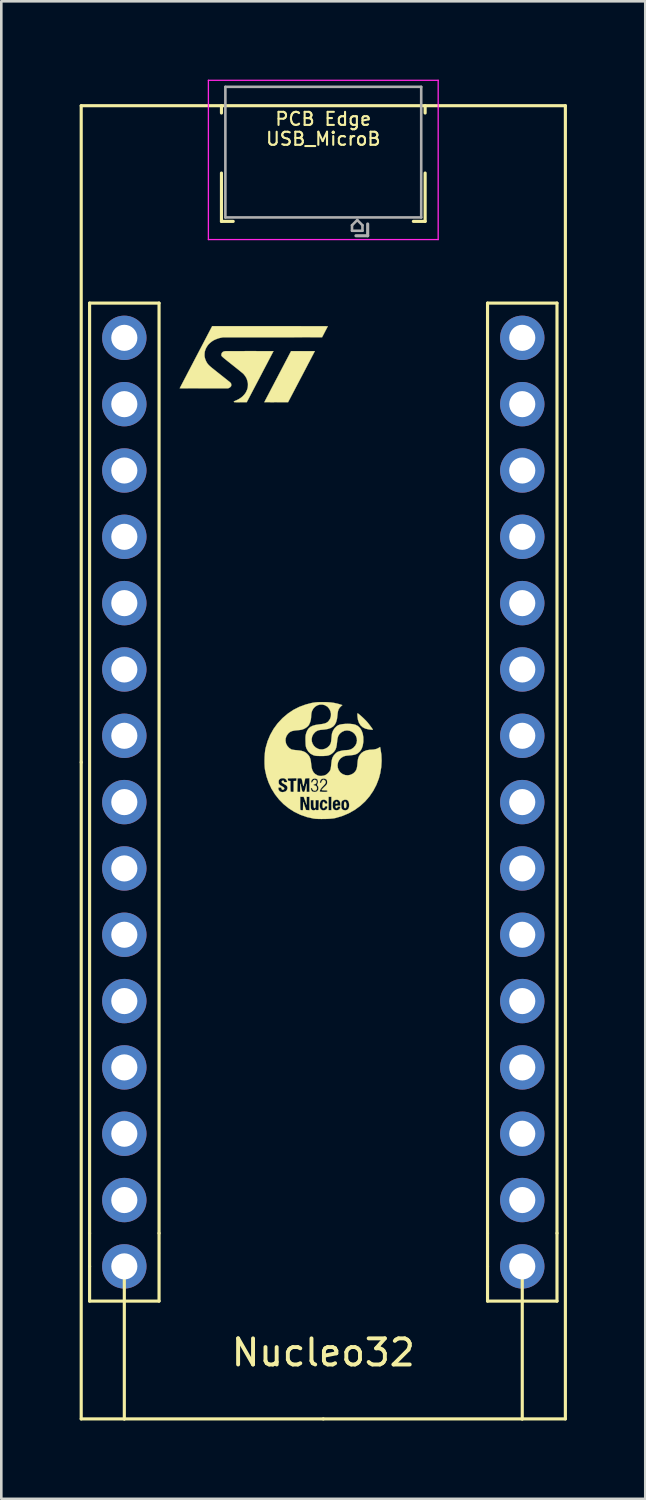
<source format=kicad_pcb>
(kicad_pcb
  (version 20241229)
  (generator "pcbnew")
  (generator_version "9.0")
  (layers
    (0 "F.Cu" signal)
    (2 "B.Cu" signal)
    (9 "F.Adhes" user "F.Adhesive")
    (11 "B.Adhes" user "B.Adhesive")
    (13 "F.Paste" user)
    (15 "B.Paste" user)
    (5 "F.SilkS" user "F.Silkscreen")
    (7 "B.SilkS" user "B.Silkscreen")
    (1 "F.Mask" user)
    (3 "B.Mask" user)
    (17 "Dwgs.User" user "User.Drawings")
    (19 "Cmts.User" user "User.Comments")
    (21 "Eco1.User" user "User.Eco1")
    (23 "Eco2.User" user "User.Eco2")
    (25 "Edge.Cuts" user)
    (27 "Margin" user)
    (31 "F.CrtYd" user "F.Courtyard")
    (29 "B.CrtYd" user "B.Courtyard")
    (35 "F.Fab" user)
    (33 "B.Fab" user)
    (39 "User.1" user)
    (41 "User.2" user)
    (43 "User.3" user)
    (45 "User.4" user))
  (footprint "Nucleo32"
    (layer "F.Cu")
    (at 9.331 26.144)
    (property "Reference" "Nucleo32" (at 0 22.606 0) (layer "F.SilkS") (effects (font (size 1 1) (thickness 0.15))))
    (attr through_hole)
    (fp_line (start -9.271 0) (end -9.271 -25.146) (stroke (width 0.12) (type solid)) (layer "F.SilkS"))
    (fp_line (start -9.271 25.146) (end -9.271 0) (stroke (width 0.12) (type solid)) (layer "F.SilkS"))
    (fp_line (start -9.271 25.146) (end -7.62 25.146) (stroke (width 0.12) (type solid)) (layer "F.SilkS"))
    (fp_line (start -8.95 18.034) (end -8.95 -17.586) (stroke (width 0.12) (type solid)) (layer "F.SilkS"))
    (fp_line (start -8.95 19.304) (end -8.95 18.034) (stroke (width 0.12) (type solid)) (layer "F.SilkS"))
    (fp_line (start -8.95 20.634) (end -8.95 19.304) (stroke (width 0.12) (type solid)) (layer "F.SilkS"))
    (fp_line (start -7.62 20.634) (end -8.95 20.634) (stroke (width 0.12) (type solid)) (layer "F.SilkS"))
    (fp_line (start -7.62 25.146) (end -7.62 19.304) (stroke (width 0.12) (type solid)) (layer "F.SilkS"))
    (fp_line (start -7.62 25.146) (end 0 25.146) (stroke (width 0.12) (type solid)) (layer "F.SilkS"))
    (fp_line (start -6.29 -17.586) (end -8.95 -17.586) (stroke (width 0.12) (type solid)) (layer "F.SilkS"))
    (fp_line (start -6.29 18.034) (end -6.29 -17.586) (stroke (width 0.12) (type solid)) (layer "F.SilkS"))
    (fp_line (start -6.29 20.634) (end -7.62 20.634) (stroke (width 0.12) (type solid)) (layer "F.SilkS"))
    (fp_line (start -6.29 20.634) (end -6.29 18.034) (stroke (width 0.12) (type solid)) (layer "F.SilkS"))
    (fp_line (start -3.9 -25.146) (end -3.9 -24.866) (stroke (width 0.12) (type solid)) (layer "F.SilkS"))
    (fp_line (start -3.9 -22.567) (end -3.9 -20.716) (stroke (width 0.12) (type solid)) (layer "F.SilkS"))
    (fp_line (start -3.9 -20.716) (end -3.45 -20.716) (stroke (width 0.12) (type solid)) (layer "F.SilkS"))
    (fp_line (start 0 25.146) (end 7.62 25.146) (stroke (width 0.12) (type solid)) (layer "F.SilkS"))
    (fp_line (start 3.9 -25.146) (end 3.9 -24.866) (stroke (width 0.12) (type solid)) (layer "F.SilkS"))
    (fp_line (start 3.9 -22.567) (end 3.9 -20.716) (stroke (width 0.12) (type solid)) (layer "F.SilkS"))
    (fp_line (start 3.9 -20.716) (end 3.45 -20.716) (stroke (width 0.12) (type solid)) (layer "F.SilkS"))
    (fp_line (start 6.29 18.034) (end 6.29 -17.586) (stroke (width 0.12) (type solid)) (layer "F.SilkS"))
    (fp_line (start 6.29 19.304) (end 6.29 18.034) (stroke (width 0.12) (type solid)) (layer "F.SilkS"))
    (fp_line (start 6.29 20.634) (end 6.29 19.304) (stroke (width 0.12) (type solid)) (layer "F.SilkS"))
    (fp_line (start 7.62 20.634) (end 6.29 20.634) (stroke (width 0.12) (type solid)) (layer "F.SilkS"))
    (fp_line (start 7.62 25.146) (end 7.62 19.304) (stroke (width 0.12) (type solid)) (layer "F.SilkS"))
    (fp_line (start 7.62 25.146) (end 9.271 25.146) (stroke (width 0.12) (type solid)) (layer "F.SilkS"))
    (fp_line (start 8.95 -17.586) (end 6.29 -17.586) (stroke (width 0.12) (type solid)) (layer "F.SilkS"))
    (fp_line (start 8.95 18.034) (end 8.95 -17.586) (stroke (width 0.12) (type solid)) (layer "F.SilkS"))
    (fp_line (start 8.95 20.634) (end 7.62 20.634) (stroke (width 0.12) (type solid)) (layer "F.SilkS"))
    (fp_line (start 8.95 20.634) (end 8.95 18.034) (stroke (width 0.12) (type solid)) (layer "F.SilkS"))
    (fp_line (start 9.271 -25.146) (end -9.271 -25.146) (stroke (width 0.12) (type solid)) (layer "F.SilkS"))
    (fp_line (start 9.271 25.146) (end 9.271 -25.146) (stroke (width 0.12) (type solid)) (layer "F.SilkS"))
    (fp_poly (pts (xy 0.519 1.513) (xy 0.54 1.534) (xy 0.544 1.554) (xy 0.535 1.579) (xy 0.505 1.586) (xy 0.476 1.579) (xy 0.467 1.566) (xy 0.477 1.531) (xy 0.5 1.512) (xy 0.519 1.513)) (stroke (width 0.01) (type solid)) (fill yes) (layer "F.SilkS"))
    (fp_poly (pts (xy 0.857 1.522) (xy 0.874 1.559) (xy 0.884 1.61) (xy 0.885 1.669) (xy 0.876 1.722) (xy 0.858 1.749) (xy 0.83 1.756) (xy 0.807 1.741) (xy 0.802 1.732) (xy 0.797 1.702) (xy 0.793 1.656) (xy 0.793 1.632) (xy 0.796 1.565) (xy 0.807 1.525) (xy 0.826 1.509) (xy 0.834 1.508) (xy 0.857 1.522)) (stroke (width 0.01) (type solid)) (fill yes) (layer "F.SilkS"))
    (fp_poly (pts (xy 1.331 -1.868) (xy 1.363 -1.846) (xy 1.41 -1.806) (xy 1.468 -1.755) (xy 1.531 -1.696) (xy 1.592 -1.637) (xy 1.647 -1.581) (xy 1.678 -1.547) (xy 1.719 -1.498) (xy 1.764 -1.441) (xy 1.808 -1.383) (xy 1.848 -1.33) (xy 1.878 -1.286) (xy 1.894 -1.258) (xy 1.896 -1.252) (xy 1.893 -1.247) (xy 1.878 -1.246) (xy 1.848 -1.248) (xy 1.795 -1.254) (xy 1.743 -1.26) (xy 1.617 -1.289) (xy 1.512 -1.341) (xy 1.429 -1.415) (xy 1.367 -1.512) (xy 1.327 -1.63) (xy 1.31 -1.75) (xy 1.306 -1.814) (xy 1.305 -1.853) (xy 1.309 -1.871) (xy 1.317 -1.874) (xy 1.331 -1.868)) (stroke (width 0.01) (type solid)) (fill yes) (layer "F.SilkS"))
    (fp_poly (pts (xy -0.594 -15.748) (xy -0.54 -15.748) (xy -0.49 -15.748) (xy -0.445 -15.747) (xy -0.407 -15.747) (xy -0.375 -15.747) (xy -0.35 -15.747) (xy -0.334 -15.746) (xy -0.326 -15.746) (xy -0.325 -15.746) (xy -0.327 -15.742) (xy -0.332 -15.731) (xy -0.341 -15.714) (xy -0.354 -15.69) (xy -0.369 -15.661) (xy -0.387 -15.625) (xy -0.409 -15.585) (xy -0.433 -15.539) (xy -0.459 -15.488) (xy -0.488 -15.433) (xy -0.519 -15.373) (xy -0.552 -15.31) (xy -0.588 -15.243) (xy -0.624 -15.172) (xy -0.663 -15.099) (xy -0.703 -15.022) (xy -0.744 -14.943) (xy -0.787 -14.862) (xy -0.83 -14.779) (xy -0.837 -14.767) (xy -1.349 -13.791) (xy -1.804 -13.79) (xy -1.868 -13.79) (xy -1.931 -13.789) (xy -1.989 -13.789) (xy -2.044 -13.79) (xy -2.094 -13.79) (xy -2.138 -13.79) (xy -2.177 -13.79) (xy -2.209 -13.79) (xy -2.233 -13.791) (xy -2.25 -13.791) (xy -2.258 -13.791) (xy -2.258 -13.792) (xy -2.256 -13.795) (xy -2.251 -13.806) (xy -2.242 -13.823) (xy -2.23 -13.847) (xy -2.214 -13.877) (xy -2.196 -13.912) (xy -2.175 -13.953) (xy -2.151 -13.998) (xy -2.124 -14.049) (xy -2.095 -14.104) (xy -2.064 -14.164) (xy -2.031 -14.227) (xy -1.996 -14.295) (xy -1.959 -14.365) (xy -1.92 -14.439) (xy -1.88 -14.515) (xy -1.839 -14.594) (xy -1.796 -14.675) (xy -1.753 -14.758) (xy -1.746 -14.771) (xy -1.234 -15.747) (xy -0.78 -15.748) (xy -0.715 -15.748) (xy -0.653 -15.748) (xy -0.594 -15.748)) (stroke (width 0.01) (type solid)) (fill yes) (layer "F.SilkS"))
    (fp_poly (pts (xy -2.728 -15.749) (xy -2.638 -15.749) (xy -2.551 -15.748) (xy -2.468 -15.748) (xy -2.388 -15.748) (xy -2.314 -15.748) (xy -2.243 -15.748) (xy -2.179 -15.748) (xy -2.12 -15.748) (xy -2.067 -15.748) (xy -2.021 -15.748) (xy -1.982 -15.748) (xy -1.951 -15.748) (xy -1.927 -15.748) (xy -1.913 -15.748) (xy -1.907 -15.748) (xy -1.907 -15.748) (xy -1.909 -15.744) (xy -1.914 -15.733) (xy -1.923 -15.716) (xy -1.935 -15.693) (xy -1.951 -15.663) (xy -1.969 -15.628) (xy -1.99 -15.588) (xy -2.014 -15.542) (xy -2.041 -15.491) (xy -2.07 -15.436) (xy -2.101 -15.377) (xy -2.134 -15.313) (xy -2.169 -15.246) (xy -2.206 -15.176) (xy -2.245 -15.102) (xy -2.285 -15.026) (xy -2.326 -14.947) (xy -2.368 -14.866) (xy -2.412 -14.783) (xy -2.419 -14.769) (xy -2.932 -13.791) (xy -3.164 -13.79) (xy -3.217 -13.789) (xy -3.261 -13.789) (xy -3.298 -13.789) (xy -3.327 -13.789) (xy -3.351 -13.79) (xy -3.369 -13.79) (xy -3.383 -13.791) (xy -3.392 -13.791) (xy -3.4 -13.792) (xy -3.405 -13.794) (xy -3.409 -13.795) (xy -3.412 -13.796) (xy -3.422 -13.803) (xy -3.426 -13.809) (xy -3.425 -13.816) (xy -3.416 -13.823) (xy -3.401 -13.832) (xy -3.377 -13.843) (xy -3.346 -13.856) (xy -3.345 -13.856) (xy -3.289 -13.882) (xy -3.232 -13.912) (xy -3.178 -13.946) (xy -3.128 -13.983) (xy -3.085 -14.02) (xy -3.075 -14.03) (xy -3.049 -14.058) (xy -3.022 -14.088) (xy -2.998 -14.119) (xy -2.978 -14.147) (xy -2.967 -14.165) (xy -2.951 -14.195) (xy -2.935 -14.23) (xy -2.92 -14.266) (xy -2.908 -14.301) (xy -2.9 -14.328) (xy -2.894 -14.354) (xy -2.89 -14.386) (xy -2.887 -14.421) (xy -2.886 -14.456) (xy -2.886 -14.489) (xy -2.888 -14.519) (xy -2.89 -14.533) (xy -2.895 -14.556) (xy -2.901 -14.583) (xy -2.909 -14.612) (xy -2.918 -14.642) (xy -2.927 -14.669) (xy -2.935 -14.691) (xy -2.939 -14.7) (xy -2.957 -14.735) (xy -2.98 -14.773) (xy -3.006 -14.81) (xy -3.033 -14.846) (xy -3.06 -14.877) (xy -3.068 -14.885) (xy -3.075 -14.891) (xy -3.088 -14.902) (xy -3.107 -14.918) (xy -3.132 -14.938) (xy -3.162 -14.962) (xy -3.196 -14.99) (xy -3.234 -15.021) (xy -3.275 -15.054) (xy -3.32 -15.09) (xy -3.368 -15.128) (xy -3.417 -15.167) (xy -3.468 -15.208) (xy -3.483 -15.22) (xy -3.545 -15.269) (xy -3.601 -15.314) (xy -3.651 -15.353) (xy -3.695 -15.389) (xy -3.734 -15.42) (xy -3.767 -15.447) (xy -3.796 -15.47) (xy -3.821 -15.491) (xy -3.841 -15.509) (xy -3.858 -15.524) (xy -3.872 -15.537) (xy -3.882 -15.548) (xy -3.89 -15.557) (xy -3.896 -15.566) (xy -3.9 -15.573) (xy -3.903 -15.58) (xy -3.904 -15.587) (xy -3.904 -15.593) (xy -3.904 -15.6) (xy -3.904 -15.608) (xy -3.904 -15.61) (xy -3.899 -15.644) (xy -3.887 -15.674) (xy -3.867 -15.7) (xy -3.841 -15.72) (xy -3.807 -15.735) (xy -3.767 -15.744) (xy -3.764 -15.744) (xy -3.755 -15.745) (xy -3.736 -15.746) (xy -3.708 -15.746) (xy -3.671 -15.746) (xy -3.624 -15.747) (xy -3.568 -15.747) (xy -3.502 -15.748) (xy -3.427 -15.748) (xy -3.342 -15.748) (xy -3.248 -15.748) (xy -3.144 -15.748) (xy -3.031 -15.748) (xy -2.909 -15.749) (xy -2.82 -15.749) (xy -2.728 -15.749)) (stroke (width 0.01) (type solid)) (fill yes) (layer "F.SilkS"))
    (fp_poly (pts (xy -1.872 -16.703) (xy -1.708 -16.703) (xy -1.55 -16.703) (xy -1.398 -16.703) (xy -1.252 -16.703) (xy -1.111 -16.703) (xy -0.977 -16.703) (xy -0.849 -16.703) (xy -0.728 -16.702) (xy -0.613 -16.702) (xy -0.506 -16.702) (xy -0.406 -16.702) (xy -0.313 -16.702) (xy -0.227 -16.702) (xy -0.149 -16.701) (xy -0.08 -16.701) (xy -0.018 -16.701) (xy 0.036 -16.701) (xy 0.08 -16.701) (xy 0.117 -16.7) (xy 0.144 -16.7) (xy 0.163 -16.7) (xy 0.172 -16.7) (xy 0.173 -16.699) (xy 0.171 -16.695) (xy 0.165 -16.685) (xy 0.157 -16.668) (xy 0.145 -16.646) (xy 0.132 -16.62) (xy 0.116 -16.589) (xy 0.098 -16.556) (xy 0.079 -16.519) (xy 0.062 -16.486) (xy -0.047 -16.277) (xy -1.945 -16.276) (xy -3.843 -16.275) (xy -3.902 -16.264) (xy -3.939 -16.256) (xy -3.972 -16.249) (xy -4.002 -16.241) (xy -4.033 -16.231) (xy -4.066 -16.219) (xy -4.104 -16.204) (xy -4.109 -16.202) (xy -4.152 -16.184) (xy -4.189 -16.166) (xy -4.222 -16.147) (xy -4.255 -16.126) (xy -4.288 -16.101) (xy -4.323 -16.073) (xy -4.35 -16.049) (xy -4.373 -16.028) (xy -4.391 -16.009) (xy -4.409 -15.988) (xy -4.426 -15.965) (xy -4.443 -15.94) (xy -4.471 -15.896) (xy -4.494 -15.852) (xy -4.514 -15.805) (xy -4.531 -15.753) (xy -4.535 -15.741) (xy -4.539 -15.72) (xy -4.543 -15.693) (xy -4.545 -15.662) (xy -4.547 -15.63) (xy -4.548 -15.597) (xy -4.547 -15.567) (xy -4.545 -15.541) (xy -4.544 -15.531) (xy -4.532 -15.477) (xy -4.514 -15.422) (xy -4.491 -15.368) (xy -4.464 -15.316) (xy -4.433 -15.269) (xy -4.415 -15.246) (xy -4.404 -15.233) (xy -4.391 -15.219) (xy -4.378 -15.206) (xy -4.363 -15.191) (xy -4.346 -15.176) (xy -4.327 -15.158) (xy -4.304 -15.139) (xy -4.277 -15.116) (xy -4.245 -15.09) (xy -4.208 -15.061) (xy -4.166 -15.027) (xy -4.117 -14.988) (xy -4.109 -14.981) (xy -4.037 -14.924) (xy -3.971 -14.872) (xy -3.912 -14.825) (xy -3.858 -14.783) (xy -3.811 -14.745) (xy -3.768 -14.711) (xy -3.73 -14.681) (xy -3.697 -14.655) (xy -3.669 -14.632) (xy -3.644 -14.612) (xy -3.623 -14.595) (xy -3.605 -14.581) (xy -3.59 -14.569) (xy -3.578 -14.559) (xy -3.569 -14.55) (xy -3.561 -14.543) (xy -3.556 -14.538) (xy -3.551 -14.534) (xy -3.548 -14.53) (xy -3.546 -14.527) (xy -3.544 -14.524) (xy -3.542 -14.521) (xy -3.54 -14.518) (xy -3.54 -14.517) (xy -3.532 -14.504) (xy -3.528 -14.493) (xy -3.525 -14.482) (xy -3.525 -14.467) (xy -3.524 -14.454) (xy -3.525 -14.436) (xy -3.526 -14.423) (xy -3.529 -14.413) (xy -3.533 -14.403) (xy -3.539 -14.396) (xy -3.56 -14.371) (xy -3.59 -14.349) (xy -3.621 -14.333) (xy -3.648 -14.323) (xy -4.573 -14.322) (xy -4.686 -14.322) (xy -4.789 -14.321) (xy -4.884 -14.321) (xy -4.97 -14.321) (xy -5.048 -14.321) (xy -5.119 -14.321) (xy -5.182 -14.321) (xy -5.238 -14.322) (xy -5.287 -14.322) (xy -5.33 -14.322) (xy -5.368 -14.322) (xy -5.4 -14.322) (xy -5.426 -14.323) (xy -5.448 -14.323) (xy -5.465 -14.323) (xy -5.478 -14.324) (xy -5.488 -14.324) (xy -5.494 -14.325) (xy -5.497 -14.325) (xy -5.497 -14.326) (xy -5.495 -14.33) (xy -5.49 -14.341) (xy -5.481 -14.358) (xy -5.468 -14.382) (xy -5.453 -14.412) (xy -5.434 -14.448) (xy -5.412 -14.49) (xy -5.388 -14.536) (xy -5.361 -14.588) (xy -5.331 -14.645) (xy -5.3 -14.706) (xy -5.265 -14.771) (xy -5.229 -14.841) (xy -5.191 -14.914) (xy -5.151 -14.991) (xy -5.109 -15.07) (xy -5.066 -15.153) (xy -5.021 -15.238) (xy -4.976 -15.326) (xy -4.929 -15.416) (xy -4.881 -15.508) (xy -4.876 -15.517) (xy -4.256 -16.703) (xy -2.041 -16.703) (xy -1.872 -16.703)) (stroke (width 0.01) (type solid)) (fill yes) (layer "F.SilkS"))
    (fp_poly (pts (xy 0.143 -2.303) (xy 0.288 -2.293) (xy 0.419 -2.274) (xy 0.545 -2.246) (xy 0.626 -2.223) (xy 0.73 -2.191) (xy 0.675 -2.142) (xy 0.625 -2.09) (xy 0.589 -2.033) (xy 0.564 -1.962) (xy 0.549 -1.872) (xy 0.542 -1.803) (xy 0.524 -1.658) (xy 0.491 -1.539) (xy 0.442 -1.443) (xy 0.374 -1.369) (xy 0.285 -1.315) (xy 0.172 -1.277) (xy 0.034 -1.255) (xy -0.021 -1.25) (xy -0.112 -1.241) (xy -0.181 -1.228) (xy -0.235 -1.207) (xy -0.284 -1.177) (xy -0.317 -1.15) (xy -0.386 -1.071) (xy -0.428 -0.983) (xy -0.445 -0.89) (xy -0.439 -0.797) (xy -0.409 -0.709) (xy -0.358 -0.63) (xy -0.287 -0.564) (xy -0.197 -0.516) (xy -0.134 -0.498) (xy -0.038 -0.493) (xy 0.058 -0.515) (xy 0.147 -0.56) (xy 0.221 -0.626) (xy 0.257 -0.676) (xy 0.278 -0.717) (xy 0.292 -0.761) (xy 0.302 -0.817) (xy 0.31 -0.895) (xy 0.311 -0.906) (xy 0.318 -0.979) (xy 0.325 -1.044) (xy 0.332 -1.094) (xy 0.335 -1.112) (xy 0.374 -1.214) (xy 0.435 -1.307) (xy 0.513 -1.383) (xy 0.572 -1.421) (xy 0.637 -1.444) (xy 0.724 -1.461) (xy 0.826 -1.471) (xy 0.935 -1.475) (xy 1.042 -1.471) (xy 1.139 -1.461) (xy 1.219 -1.442) (xy 1.23 -1.439) (xy 1.328 -1.388) (xy 1.408 -1.312) (xy 1.469 -1.215) (xy 1.511 -1.096) (xy 1.533 -0.958) (xy 1.534 -0.803) (xy 1.533 -0.782) (xy 1.511 -0.638) (xy 1.469 -0.518) (xy 1.407 -0.422) (xy 1.324 -0.349) (xy 1.313 -0.342) (xy 1.266 -0.316) (xy 1.217 -0.297) (xy 1.157 -0.283) (xy 1.081 -0.273) (xy 0.993 -0.264) (xy 0.906 -0.256) (xy 0.841 -0.245) (xy 0.788 -0.229) (xy 0.748 -0.211) (xy 0.664 -0.152) (xy 0.602 -0.076) (xy 0.562 0.012) (xy 0.547 0.107) (xy 0.555 0.204) (xy 0.589 0.297) (xy 0.649 0.381) (xy 0.658 0.39) (xy 0.741 0.452) (xy 0.835 0.488) (xy 0.935 0.498) (xy 1.034 0.481) (xy 1.127 0.438) (xy 1.167 0.408) (xy 1.219 0.356) (xy 1.256 0.3) (xy 1.282 0.232) (xy 1.299 0.145) (xy 1.307 0.063) (xy 1.316 -0.036) (xy 1.327 -0.111) (xy 1.342 -0.17) (xy 1.363 -0.222) (xy 1.392 -0.273) (xy 1.398 -0.284) (xy 1.465 -0.36) (xy 1.554 -0.42) (xy 1.66 -0.461) (xy 1.78 -0.481) (xy 1.821 -0.482) (xy 1.933 -0.49) (xy 2.032 -0.511) (xy 2.111 -0.546) (xy 2.12 -0.552) (xy 2.174 -0.588) (xy 2.191 -0.509) (xy 2.225 -0.288) (xy 2.234 -0.056) (xy 2.22 0.18) (xy 2.182 0.413) (xy 2.129 0.615) (xy 2.034 0.862) (xy 1.913 1.092) (xy 1.768 1.305) (xy 1.601 1.498) (xy 1.412 1.671) (xy 1.204 1.822) (xy 0.978 1.95) (xy 0.735 2.053) (xy 0.477 2.13) (xy 0.443 2.138) (xy 0.371 2.15) (xy 0.276 2.159) (xy 0.164 2.166) (xy 0.044 2.169) (xy -0.077 2.17) (xy -0.191 2.168) (xy -0.292 2.163) (xy -0.371 2.154) (xy -0.373 2.153) (xy -0.63 2.096) (xy -0.874 2.01) (xy -1.104 1.9) (xy -1.318 1.764) (xy -1.514 1.607) (xy -1.691 1.428) (xy -1.775 1.321) (xy -0.886 1.321) (xy -0.886 1.567) (xy -0.885 1.652) (xy -0.884 1.725) (xy -0.881 1.782) (xy -0.878 1.816) (xy -0.876 1.824) (xy -0.854 1.832) (xy -0.822 1.834) (xy -0.778 1.834) (xy -0.769 1.516) (xy -0.715 1.671) (xy -0.661 1.826) (xy -0.529 1.836) (xy -0.529 1.446) (xy -0.482 1.446) (xy -0.482 1.602) (xy -0.48 1.672) (xy -0.476 1.733) (xy -0.47 1.776) (xy -0.465 1.79) (xy -0.431 1.825) (xy -0.382 1.839) (xy -0.33 1.832) (xy -0.299 1.815) (xy -0.282 1.809) (xy -0.28 1.818) (xy -0.266 1.83) (xy -0.229 1.831) (xy -0.179 1.826) (xy -0.175 1.68) (xy -0.138 1.68) (xy -0.123 1.75) (xy -0.118 1.764) (xy -0.084 1.809) (xy -0.033 1.835) (xy 0.026 1.84) (xy 0.085 1.823) (xy 0.12 1.798) (xy 0.148 1.757) (xy 0.155 1.723) (xy 0.151 1.691) (xy 0.132 1.68) (xy 0.109 1.679) (xy 0.073 1.685) (xy 0.056 1.709) (xy 0.053 1.718) (xy 0.035 1.747) (xy 0.009 1.756) (xy -0.016 1.743) (xy -0.022 1.732) (xy -0.029 1.692) (xy -0.031 1.637) (xy -0.026 1.583) (xy -0.017 1.542) (xy -0.015 1.538) (xy 0.007 1.511) (xy 0.029 1.516) (xy 0.047 1.547) (xy 0.067 1.576) (xy 0.103 1.585) (xy 0.108 1.586) (xy 0.142 1.581) (xy 0.154 1.564) (xy 0.155 1.546) (xy 0.141 1.498) (xy 0.105 1.458) (xy 0.053 1.434) (xy 0.023 1.43) (xy -0.024 1.435) (xy -0.063 1.446) (xy -0.065 1.447) (xy -0.1 1.482) (xy -0.124 1.538) (xy -0.138 1.607) (xy -0.138 1.68) (xy -0.175 1.68) (xy -0.17 1.446) (xy -0.295 1.446) (xy -0.295 1.594) (xy -0.296 1.665) (xy -0.3 1.711) (xy -0.306 1.738) (xy -0.317 1.75) (xy -0.32 1.752) (xy -0.343 1.753) (xy -0.358 1.735) (xy -0.368 1.694) (xy -0.372 1.627) (xy -0.373 1.582) (xy -0.373 1.446) (xy -0.482 1.446) (xy -0.529 1.446) (xy -0.529 1.321) (xy 0.202 1.321) (xy 0.202 1.834) (xy 0.311 1.834) (xy 0.311 1.619) (xy 0.361 1.619) (xy 0.362 1.702) (xy 0.374 1.761) (xy 0.399 1.8) (xy 0.439 1.824) (xy 0.451 1.828) (xy 0.512 1.837) (xy 0.571 1.826) (xy 0.616 1.799) (xy 0.634 1.77) (xy 0.646 1.737) (xy 0.65 1.709) (xy 0.64 1.697) (xy 0.606 1.694) (xy 0.602 1.694) (xy 0.562 1.699) (xy 0.543 1.717) (xy 0.539 1.727) (xy 0.523 1.752) (xy 0.499 1.753) (xy 0.478 1.734) (xy 0.469 1.706) (xy 0.468 1.682) (xy 0.475 1.67) (xy 0.498 1.664) (xy 0.544 1.663) (xy 0.559 1.663) (xy 0.653 1.663) (xy 0.653 1.619) (xy 0.688 1.619) (xy 0.688 1.702) (xy 0.7 1.76) (xy 0.725 1.799) (xy 0.765 1.825) (xy 0.778 1.829) (xy 0.849 1.84) (xy 0.911 1.822) (xy 0.945 1.796) (xy 0.975 1.75) (xy 0.99 1.686) (xy 0.992 1.615) (xy 0.981 1.545) (xy 0.958 1.487) (xy 0.928 1.453) (xy 0.873 1.432) (xy 0.81 1.433) (xy 0.752 1.455) (xy 0.736 1.467) (xy 0.713 1.49) (xy 0.699 1.515) (xy 0.692 1.553) (xy 0.688 1.611) (xy 0.688 1.619) (xy 0.653 1.619) (xy 0.653 1.6) (xy 0.647 1.547) (xy 0.633 1.499) (xy 0.63 1.493) (xy 0.593 1.453) (xy 0.541 1.432) (xy 0.482 1.433) (xy 0.425 1.455) (xy 0.409 1.467) (xy 0.386 1.49) (xy 0.373 1.515) (xy 0.366 1.553) (xy 0.362 1.611) (xy 0.361 1.619) (xy 0.311 1.619) (xy 0.311 1.321) (xy 0.202 1.321) (xy -0.529 1.321) (xy -0.637 1.321) (xy -0.638 1.473) (xy -0.639 1.624) (xy -0.694 1.473) (xy -0.75 1.321) (xy -0.886 1.321) (xy -1.775 1.321) (xy -1.847 1.23) (xy -1.981 1.014) (xy -1.99 0.996) (xy -1.725 0.996) (xy -1.712 1.053) (xy -1.678 1.102) (xy -1.631 1.132) (xy -1.628 1.133) (xy -1.555 1.143) (xy -1.482 1.13) (xy -1.43 1.105) (xy -1.4 1.071) (xy -1.378 1.025) (xy -1.376 1.019) (xy -1.371 0.963) (xy -1.388 0.916) (xy -1.43 0.873) (xy -1.5 0.831) (xy -1.5 0.831) (xy -1.552 0.802) (xy -1.581 0.779) (xy -1.592 0.756) (xy -1.593 0.745) (xy -1.586 0.716) (xy -1.559 0.704) (xy -1.551 0.702) (xy -1.519 0.703) (xy -1.508 0.72) (xy -1.508 0.73) (xy -1.503 0.75) (xy -1.483 0.76) (xy -1.444 0.762) (xy -1.404 0.76) (xy -1.387 0.752) (xy -1.387 0.732) (xy -1.39 0.719) (xy -1.417 0.664) (xy -1.465 0.626) (xy -1.504 0.614) (xy -1.36 0.614) (xy -1.36 0.661) (xy -1.356 0.693) (xy -1.338 0.708) (xy -1.31 0.712) (xy -1.259 0.717) (xy -1.259 0.916) (xy -1.258 0.991) (xy -1.256 1.055) (xy -1.253 1.101) (xy -1.249 1.124) (xy -1.249 1.124) (xy -1.227 1.132) (xy -1.19 1.135) (xy -1.187 1.135) (xy -1.135 1.135) (xy -0.996 1.135) (xy -0.886 1.135) (xy -0.885 0.968) (xy -0.884 0.902) (xy -0.882 0.851) (xy -0.88 0.821) (xy -0.878 0.816) (xy -0.873 0.837) (xy -0.862 0.881) (xy -0.848 0.941) (xy -0.839 0.983) (xy -0.823 1.052) (xy -0.811 1.096) (xy -0.799 1.121) (xy -0.786 1.132) (xy -0.768 1.135) (xy -0.761 1.135) (xy -0.742 1.133) (xy -0.727 1.126) (xy -0.715 1.106) (xy -0.703 1.07) (xy -0.688 1.011) (xy -0.679 0.975) (xy -0.641 0.816) (xy -0.639 0.975) (xy -0.637 1.135) (xy -0.529 1.135) (xy -0.529 1.02) (xy -0.475 1.02) (xy -0.463 1.058) (xy -0.442 1.096) (xy -0.424 1.115) (xy -0.393 1.128) (xy -0.346 1.134) (xy -0.331 1.135) (xy -0.275 1.129) (xy -0.235 1.106) (xy -0.234 1.105) (xy -0.135 1.105) (xy -0.132 1.12) (xy -0.113 1.127) (xy -0.071 1.132) (xy -0.013 1.134) (xy 0.016 1.135) (xy 0.083 1.134) (xy 0.124 1.132) (xy 0.146 1.126) (xy 0.154 1.116) (xy 0.155 1.104) (xy 0.153 1.087) (xy 0.139 1.078) (xy 0.109 1.074) (xy 0.055 1.073) (xy 0.047 1.073) (xy -0.017 1.07) (xy -0.054 1.063) (xy -0.062 1.055) (xy -0.051 1.037) (xy -0.023 1.005) (xy 0.019 0.962) (xy 0.043 0.94) (xy 0.092 0.893) (xy 0.123 0.86) (xy 0.139 0.833) (xy 0.146 0.805) (xy 0.148 0.769) (xy 0.148 0.761) (xy 0.145 0.709) (xy 0.134 0.676) (xy 0.111 0.652) (xy 0.062 0.628) (xy 0.002 0.623) (xy -0.053 0.635) (xy -0.076 0.649) (xy -0.1 0.678) (xy -0.119 0.717) (xy -0.131 0.755) (xy -0.13 0.781) (xy -0.128 0.784) (xy -0.103 0.793) (xy -0.081 0.775) (xy -0.07 0.75) (xy -0.047 0.697) (xy -0.013 0.67) (xy 0.029 0.671) (xy 0.065 0.694) (xy 0.092 0.733) (xy 0.093 0.778) (xy 0.065 0.831) (xy 0.01 0.893) (xy 0.000303 0.903) (xy -0.054 0.959) (xy -0.097 1.015) (xy -0.125 1.066) (xy -0.135 1.105) (xy -0.234 1.105) (xy -0.225 1.097) (xy -0.196 1.051) (xy -0.185 0.994) (xy -0.191 0.939) (xy -0.215 0.896) (xy -0.217 0.894) (xy -0.238 0.871) (xy -0.235 0.849) (xy -0.225 0.834) (xy -0.206 0.785) (xy -0.203 0.728) (xy -0.217 0.676) (xy -0.233 0.653) (xy -0.279 0.627) (xy -0.336 0.621) (xy -0.393 0.636) (xy -0.428 0.66) (xy -0.453 0.695) (xy -0.466 0.731) (xy -0.465 0.761) (xy -0.449 0.775) (xy -0.44 0.774) (xy -0.416 0.757) (xy -0.404 0.732) (xy -0.382 0.689) (xy -0.341 0.671) (xy -0.307 0.674) (xy -0.273 0.695) (xy -0.257 0.731) (xy -0.259 0.772) (xy -0.276 0.81) (xy -0.308 0.834) (xy -0.335 0.839) (xy -0.366 0.848) (xy -0.373 0.863) (xy -0.36 0.882) (xy -0.338 0.886) (xy -0.288 0.9) (xy -0.254 0.936) (xy -0.241 0.985) (xy -0.244 1.012) (xy -0.264 1.061) (xy -0.295 1.084) (xy -0.324 1.088) (xy -0.373 1.08) (xy -0.403 1.054) (xy -0.418 1.022) (xy -0.438 0.987) (xy -0.459 0.981) (xy -0.473 0.994) (xy -0.475 1.02) (xy -0.529 1.02) (xy -0.529 0.605) (xy -0.61 0.609) (xy -0.692 0.614) (xy -0.724 0.769) (xy -0.738 0.832) (xy -0.75 0.879) (xy -0.76 0.906) (xy -0.764 0.909) (xy -0.771 0.887) (xy -0.781 0.844) (xy -0.792 0.788) (xy -0.793 0.785) (xy -0.807 0.708) (xy -0.82 0.657) (xy -0.834 0.627) (xy -0.853 0.612) (xy -0.881 0.608) (xy -0.913 0.609) (xy -0.987 0.614) (xy -0.996 1.135) (xy -1.135 1.135) (xy -1.135 0.715) (xy -1.08 0.715) (xy -1.044 0.713) (xy -1.029 0.699) (xy -1.026 0.665) (xy -1.026 0.66) (xy -1.026 0.605) (xy -1.36 0.614) (xy -1.504 0.614) (xy -1.527 0.607) (xy -1.594 0.61) (xy -1.647 0.629) (xy -1.683 0.654) (xy -1.703 0.688) (xy -1.71 0.741) (xy -1.71 0.76) (xy -1.704 0.812) (xy -1.682 0.852) (xy -1.64 0.886) (xy -1.584 0.916) (xy -1.526 0.951) (xy -1.496 0.986) (xy -1.497 1.019) (xy -1.514 1.04) (xy -1.549 1.053) (xy -1.581 1.042) (xy -1.6 1.013) (xy -1.601 1.002) (xy -1.605 0.977) (xy -1.621 0.966) (xy -1.659 0.964) (xy -1.663 0.964) (xy -1.704 0.966) (xy -1.722 0.977) (xy -1.725 0.996) (xy -1.99 0.996) (xy -2.091 0.783) (xy -2.176 0.536) (xy -2.233 0.28) (xy -2.244 0.179) (xy -2.25 0.058) (xy -2.251 -0.076) (xy -2.247 -0.213) (xy -2.238 -0.344) (xy -2.225 -0.461) (xy -2.21 -0.545) (xy -2.134 -0.806) (xy -2.132 -0.812) (xy -1.446 -0.812) (xy -1.425 -0.716) (xy -1.378 -0.628) (xy -1.307 -0.55) (xy -1.228 -0.497) (xy -1.196 -0.487) (xy -1.142 -0.477) (xy -1.075 -0.469) (xy -1.031 -0.465) (xy -0.913 -0.453) (xy -0.82 -0.436) (xy -0.745 -0.412) (xy -0.681 -0.378) (xy -0.626 -0.335) (xy -0.567 -0.274) (xy -0.524 -0.207) (xy -0.494 -0.127) (xy -0.475 -0.029) (xy -0.465 0.065) (xy -0.449 0.196) (xy -0.419 0.3) (xy -0.374 0.383) (xy -0.312 0.447) (xy -0.231 0.495) (xy -0.194 0.51) (xy -0.134 0.522) (xy -0.059 0.521) (xy 0.018 0.509) (xy 0.084 0.487) (xy 0.088 0.485) (xy 0.153 0.441) (xy 0.212 0.382) (xy 0.258 0.318) (xy 0.278 0.269) (xy 0.286 0.228) (xy 0.295 0.166) (xy 0.303 0.093) (xy 0.308 0.046) (xy 0.322 -0.067) (xy 0.343 -0.153) (xy 0.357 -0.189) (xy 0.4 -0.26) (xy 0.457 -0.327) (xy 0.52 -0.381) (xy 0.549 -0.399) (xy 0.603 -0.42) (xy 0.676 -0.439) (xy 0.758 -0.454) (xy 0.838 -0.464) (xy 0.884 -0.466) (xy 0.986 -0.475) (xy 1.071 -0.504) (xy 1.149 -0.556) (xy 1.166 -0.57) (xy 1.233 -0.65) (xy 1.274 -0.738) (xy 1.29 -0.831) (xy 1.281 -0.925) (xy 1.249 -1.013) (xy 1.196 -1.092) (xy 1.121 -1.157) (xy 1.027 -1.202) (xy 1.012 -1.207) (xy 0.908 -1.222) (xy 0.807 -1.207) (xy 0.712 -1.162) (xy 0.649 -1.112) (xy 0.602 -1.058) (xy 0.568 -0.995) (xy 0.546 -0.917) (xy 0.531 -0.816) (xy 0.528 -0.778) (xy 0.514 -0.656) (xy 0.493 -0.558) (xy 0.462 -0.48) (xy 0.418 -0.415) (xy 0.372 -0.367) (xy 0.315 -0.321) (xy 0.259 -0.287) (xy 0.196 -0.264) (xy 0.12 -0.25) (xy 0.026 -0.243) (xy -0.085 -0.242) (xy -0.177 -0.243) (xy -0.245 -0.245) (xy -0.297 -0.251) (xy -0.339 -0.26) (xy -0.379 -0.273) (xy -0.392 -0.278) (xy -0.493 -0.334) (xy -0.575 -0.414) (xy -0.635 -0.513) (xy -0.652 -0.553) (xy -0.664 -0.592) (xy -0.672 -0.638) (xy -0.677 -0.698) (xy -0.68 -0.779) (xy -0.681 -0.804) (xy -0.683 -0.894) (xy -0.682 -0.961) (xy -0.678 -1.015) (xy -0.669 -1.063) (xy -0.656 -1.114) (xy -0.654 -1.119) (xy -0.616 -1.216) (xy -0.564 -1.294) (xy -0.496 -1.354) (xy -0.408 -1.399) (xy -0.297 -1.431) (xy -0.16 -1.452) (xy -0.152 -1.453) (xy -0.036 -1.468) (xy 0.055 -1.488) (xy 0.125 -1.516) (xy 0.18 -1.555) (xy 0.224 -1.608) (xy 0.263 -1.674) (xy 0.291 -1.764) (xy 0.294 -1.861) (xy 0.273 -1.958) (xy 0.229 -2.048) (xy 0.165 -2.123) (xy 0.144 -2.14) (xy 0.055 -2.19) (xy -0.04 -2.212) (xy -0.136 -2.209) (xy -0.227 -2.182) (xy -0.309 -2.133) (xy -0.377 -2.064) (xy -0.427 -1.976) (xy -0.451 -1.898) (xy -0.46 -1.83) (xy -0.466 -1.758) (xy -0.466 -1.732) (xy -0.476 -1.638) (xy -0.502 -1.539) (xy -0.541 -1.45) (xy -0.574 -1.4) (xy -0.628 -1.349) (xy -0.7 -1.301) (xy -0.721 -1.29) (xy -0.773 -1.267) (xy -0.822 -1.251) (xy -0.879 -1.24) (xy -0.953 -1.232) (xy -0.989 -1.229) (xy -1.098 -1.217) (xy -1.183 -1.2) (xy -1.25 -1.175) (xy -1.304 -1.14) (xy -1.35 -1.095) (xy -1.41 -1.006) (xy -1.442 -0.91) (xy -1.446 -0.812) (xy -2.132 -0.812) (xy -2.033 -1.05) (xy -1.906 -1.277) (xy -1.752 -1.488) (xy -1.572 -1.682) (xy -1.552 -1.701) (xy -1.353 -1.869) (xy -1.142 -2.01) (xy -0.917 -2.124) (xy -0.675 -2.213) (xy -0.451 -2.271) (xy -0.376 -2.285) (xy -0.305 -2.295) (xy -0.228 -2.302) (xy -0.137 -2.305) (xy -0.023 -2.306) (xy 0.143 -2.303)) (stroke (width 0.01) (type solid)) (fill yes) (layer "F.SilkS"))
    (fp_line (start -4.4 -20.019) (end -4.4 -26.119) (stroke (width 0.05) (type solid)) (layer "F.CrtYd"))
    (fp_line (start 4.4 -26.119) (end -4.4 -26.119) (stroke (width 0.05) (type solid)) (layer "F.CrtYd"))
    (fp_line (start 4.4 -26.119) (end 4.4 -20.019) (stroke (width 0.05) (type solid)) (layer "F.CrtYd"))
    (fp_line (start 4.4 -20.019) (end -4.4 -20.019) (stroke (width 0.05) (type solid)) (layer "F.CrtYd"))
    (fp_line (start -3.75 -25.866) (end -3.75 -20.866) (stroke (width 0.1) (type solid)) (layer "F.Fab"))
    (fp_line (start 1.1 -20.567) (end 1.3 -20.767) (stroke (width 0.1) (type solid)) (layer "F.Fab"))
    (fp_line (start 1.1 -20.357) (end 1.1 -20.567) (stroke (width 0.1) (type solid)) (layer "F.Fab"))
    (fp_line (start 1.3 -20.767) (end 1.5 -20.567) (stroke (width 0.1) (type solid)) (layer "F.Fab"))
    (fp_line (start 1.5 -20.357) (end 1.1 -20.357) (stroke (width 0.1) (type solid)) (layer "F.Fab"))
    (fp_line (start 1.5 -20.357) (end 1.5 -20.567) (stroke (width 0.1) (type solid)) (layer "F.Fab"))
    (fp_line (start 1.7 -20.166) (end 1.25 -20.166) (stroke (width 0.12) (type solid)) (layer "F.Fab"))
    (fp_line (start 1.7 -20.166) (end 1.7 -20.616) (stroke (width 0.12) (type solid)) (layer "F.Fab"))
    (fp_line (start 3.75 -25.868) (end -3.75 -25.868) (stroke (width 0.1) (type solid)) (layer "F.Fab"))
    (fp_line (start 3.75 -25.866) (end 3.75 -20.866) (stroke (width 0.1) (type solid)) (layer "F.Fab"))
    (fp_line (start 3.75 -20.866) (end -3.75 -20.866) (stroke (width 0.1) (type solid)) (layer "F.Fab"))
    (fp_text user "USB_MicroB" (at 0 -23.876 0) (layer "F.SilkS") (effects (font (size 0.5 0.5) (thickness 0.08))))
    (fp_text user "PCB Edge" (at 0 -24.638 180) (layer "F.SilkS") (effects (font (size 0.5 0.5) (thickness 0.08))))
    (pad "+3V3" thru_hole oval (at 7.62 16.764 180) (size 1.7 1.7) (drill 1) (layers "*.Cu" "*.Mask"))
    (pad "+5V" thru_hole oval (at 7.62 -8.636 180) (size 1.7 1.7) (drill 1) (layers "*.Cu" "*.Mask"))
    (pad "A0" thru_hole oval (at 7.62 11.684 180) (size 1.7 1.7) (drill 1) (layers "*.Cu" "*.Mask"))
    (pad "A1" thru_hole oval (at 7.62 9.144 180) (size 1.7 1.7) (drill 1) (layers "*.Cu" "*.Mask"))
    (pad "A2" thru_hole oval (at 7.62 6.604 180) (size 1.7 1.7) (drill 1) (layers "*.Cu" "*.Mask"))
    (pad "A3" thru_hole oval (at 7.62 4.064 180) (size 1.7 1.7) (drill 1) (layers "*.Cu" "*.Mask"))
    (pad "A4" thru_hole oval (at 7.62 1.524 180) (size 1.7 1.7) (drill 1) (layers "*.Cu" "*.Mask"))
    (pad "A5" thru_hole oval (at 7.62 -1.016 180) (size 1.7 1.7) (drill 1) (layers "*.Cu" "*.Mask"))
    (pad "A6" thru_hole oval (at 7.62 -3.556 180) (size 1.7 1.7) (drill 1) (layers "*.Cu" "*.Mask"))
    (pad "A7" thru_hole oval (at 7.62 -6.096 180) (size 1.7 1.7) (drill 1) (layers "*.Cu" "*.Mask"))
    (pad "AREF" thru_hole oval (at 7.62 14.224 180) (size 1.7 1.7) (drill 1) (layers "*.Cu" "*.Mask"))
    (pad "D0" thru_hole oval (at -7.62 -13.716 180) (size 1.7 1.7) (drill 1) (layers "*.Cu" "*.Mask"))
    (pad "D1" thru_hole oval (at -7.62 -16.256 180) (size 1.7 1.7) (drill 1) (layers "*.Cu" "*.Mask"))
    (pad "D2" thru_hole oval (at -7.62 -6.096 180) (size 1.7 1.7) (drill 1) (layers "*.Cu" "*.Mask"))
    (pad "D3" thru_hole oval (at -7.62 -3.556 180) (size 1.7 1.7) (drill 1) (layers "*.Cu" "*.Mask"))
    (pad "D4" thru_hole oval (at -7.62 -1.016 180) (size 1.7 1.7) (drill 1) (layers "*.Cu" "*.Mask"))
    (pad "D5" thru_hole oval (at -7.62 1.524 180) (size 1.7 1.7) (drill 1) (layers "*.Cu" "*.Mask"))
    (pad "D6" thru_hole oval (at -7.62 4.064 180) (size 1.7 1.7) (drill 1) (layers "*.Cu" "*.Mask"))
    (pad "D7" thru_hole oval (at -7.62 6.604 180) (size 1.7 1.7) (drill 1) (layers "*.Cu" "*.Mask"))
    (pad "D8" thru_hole oval (at -7.62 9.144 180) (size 1.7 1.7) (drill 1) (layers "*.Cu" "*.Mask"))
    (pad "D9" thru_hole oval (at -7.62 11.684 180) (size 1.7 1.7) (drill 1) (layers "*.Cu" "*.Mask"))
    (pad "D10" thru_hole oval (at -7.62 14.224 180) (size 1.7 1.7) (drill 1) (layers "*.Cu" "*.Mask"))
    (pad "D11" thru_hole oval (at -7.62 16.764 180) (size 1.7 1.7) (drill 1) (layers "*.Cu" "*.Mask"))
    (pad "D12" thru_hole circle (at -7.62 19.304 180) (size 1.7 1.7) (drill 1) (layers "*.Cu" "*.Mask"))
    (pad "D13" thru_hole circle (at 7.62 19.304 180) (size 1.7 1.7) (drill 1) (layers "*.Cu" "*.Mask"))
    (pad "GND" thru_hole oval (at -7.62 -8.636 180) (size 1.7 1.7) (drill 1) (layers "*.Cu" "*.Mask"))
    (pad "GND" thru_hole oval (at 7.62 -13.716 180) (size 1.7 1.7) (drill 1) (layers "*.Cu" "*.Mask"))
    (pad "NRST" thru_hole oval (at -7.62 -11.176 180) (size 1.7 1.7) (drill 1) (layers "*.Cu" "*.Mask"))
    (pad "NRST" thru_hole oval (at 7.62 -11.176 180) (size 1.7 1.7) (drill 1) (layers "*.Cu" "*.Mask"))
    (pad "VIN" thru_hole oval (at 7.62 -16.256 180) (size 1.7 1.7) (drill 1) (layers "*.Cu" "*.Mask")))
  (gr_rect
    (start -3 -3)
    (end 21.662 54.35)
    (stroke (width 0.1) (type default))
    (fill no)
    (layer "Edge.Cuts")))
</source>
